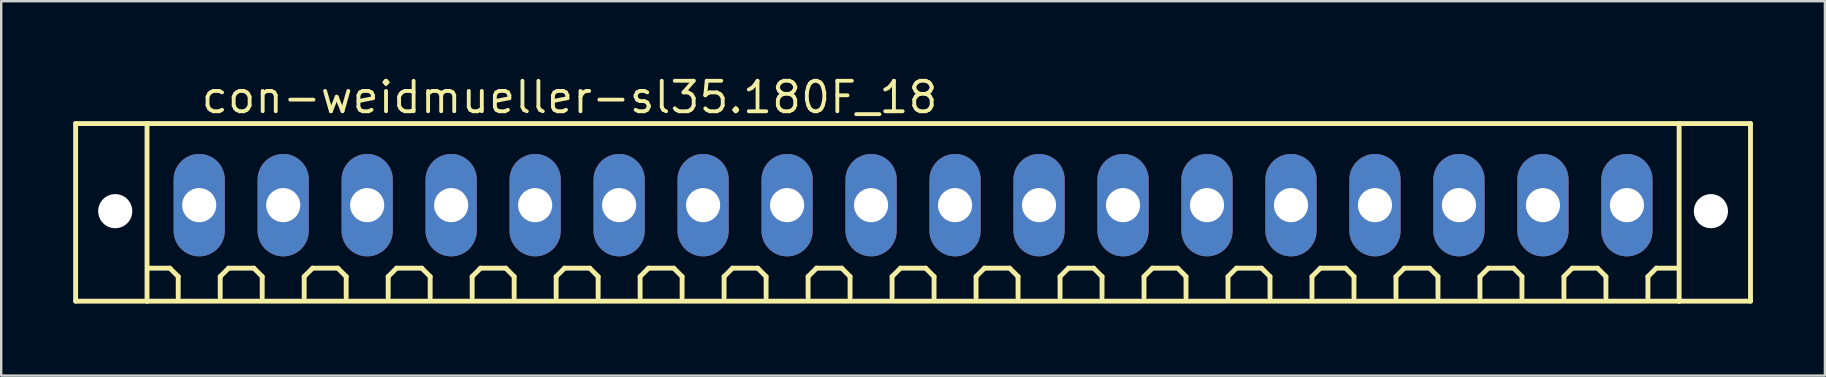
<source format=kicad_pcb>
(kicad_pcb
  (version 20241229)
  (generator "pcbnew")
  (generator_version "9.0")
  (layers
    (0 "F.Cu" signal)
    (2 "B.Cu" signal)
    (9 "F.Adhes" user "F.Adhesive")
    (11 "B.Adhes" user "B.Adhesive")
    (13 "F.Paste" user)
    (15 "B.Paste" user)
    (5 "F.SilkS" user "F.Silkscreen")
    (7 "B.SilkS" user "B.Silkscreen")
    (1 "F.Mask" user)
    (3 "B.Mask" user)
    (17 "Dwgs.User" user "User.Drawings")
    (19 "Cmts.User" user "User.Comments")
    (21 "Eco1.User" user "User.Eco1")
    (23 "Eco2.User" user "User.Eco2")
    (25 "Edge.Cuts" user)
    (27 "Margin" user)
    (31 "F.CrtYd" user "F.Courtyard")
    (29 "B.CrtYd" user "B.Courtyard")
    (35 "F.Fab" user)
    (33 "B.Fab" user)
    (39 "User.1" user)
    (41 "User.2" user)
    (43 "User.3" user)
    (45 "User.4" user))
  (footprint "con-weidmueller-sl35.180F_18"
    (layer "F.Cu")
    (at 35.002 5.5)
    (property "Reference" "con-weidmueller-sl35.180F_18" (at -29.75 -3.75 0) (layer "F.SilkS") (effects (font (size 1.27 1.27) (thickness 0.16)) (justify left bottom)))
    (attr through_hole)
    (fp_line (start -34.9 -3.4) (end -31.925 -3.4) (stroke (width 0.203) (type default)) (layer "F.SilkS"))
    (fp_line (start -34.9 4) (end -34.9 -3.4) (stroke (width 0.203) (type default)) (layer "F.SilkS"))
    (fp_line (start -31.925 -3.4) (end 31.925 -3.4) (stroke (width 0.203) (type default)) (layer "F.SilkS"))
    (fp_line (start -31.925 4) (end -34.9 4) (stroke (width 0.203) (type default)) (layer "F.SilkS"))
    (fp_line (start -31.925 4) (end -31.925 -3.4) (stroke (width 0.203) (type default)) (layer "F.SilkS"))
    (fp_line (start -30.975 2.625) (end -31.85 2.625) (stroke (width 0.203) (type default)) (layer "F.SilkS"))
    (fp_line (start -30.625 2.975) (end -30.975 2.625) (stroke (width 0.203) (type default)) (layer "F.SilkS"))
    (fp_line (start -30.625 3.85) (end -30.625 2.975) (stroke (width 0.203) (type default)) (layer "F.SilkS"))
    (fp_line (start -28.875 2.975) (end -28.525 2.625) (stroke (width 0.203) (type default)) (layer "F.SilkS"))
    (fp_line (start -28.875 3.85) (end -28.875 2.975) (stroke (width 0.203) (type default)) (layer "F.SilkS"))
    (fp_line (start -28.525 2.625) (end -27.475 2.625) (stroke (width 0.203) (type default)) (layer "F.SilkS"))
    (fp_line (start -27.475 2.625) (end -27.125 2.975) (stroke (width 0.203) (type default)) (layer "F.SilkS"))
    (fp_line (start -27.125 2.975) (end -27.125 3.85) (stroke (width 0.203) (type default)) (layer "F.SilkS"))
    (fp_line (start -25.375 2.975) (end -25.025 2.625) (stroke (width 0.203) (type default)) (layer "F.SilkS"))
    (fp_line (start -25.375 3.85) (end -25.375 2.975) (stroke (width 0.203) (type default)) (layer "F.SilkS"))
    (fp_line (start -25.025 2.625) (end -23.975 2.625) (stroke (width 0.203) (type default)) (layer "F.SilkS"))
    (fp_line (start -23.975 2.625) (end -23.625 2.975) (stroke (width 0.203) (type default)) (layer "F.SilkS"))
    (fp_line (start -23.625 2.975) (end -23.625 3.85) (stroke (width 0.203) (type default)) (layer "F.SilkS"))
    (fp_line (start -21.875 2.975) (end -21.525 2.625) (stroke (width 0.203) (type default)) (layer "F.SilkS"))
    (fp_line (start -21.875 3.85) (end -21.875 2.975) (stroke (width 0.203) (type default)) (layer "F.SilkS"))
    (fp_line (start -21.525 2.625) (end -20.475 2.625) (stroke (width 0.203) (type default)) (layer "F.SilkS"))
    (fp_line (start -20.475 2.625) (end -20.125 2.975) (stroke (width 0.203) (type default)) (layer "F.SilkS"))
    (fp_line (start -20.125 2.975) (end -20.125 3.85) (stroke (width 0.203) (type default)) (layer "F.SilkS"))
    (fp_line (start -18.375 2.975) (end -18.025 2.625) (stroke (width 0.203) (type default)) (layer "F.SilkS"))
    (fp_line (start -18.375 3.85) (end -18.375 2.975) (stroke (width 0.203) (type default)) (layer "F.SilkS"))
    (fp_line (start -18.025 2.625) (end -16.975 2.625) (stroke (width 0.203) (type default)) (layer "F.SilkS"))
    (fp_line (start -16.975 2.625) (end -16.625 2.975) (stroke (width 0.203) (type default)) (layer "F.SilkS"))
    (fp_line (start -16.625 2.975) (end -16.625 3.85) (stroke (width 0.203) (type default)) (layer "F.SilkS"))
    (fp_line (start -14.875 2.975) (end -14.525 2.625) (stroke (width 0.203) (type default)) (layer "F.SilkS"))
    (fp_line (start -14.875 3.85) (end -14.875 2.975) (stroke (width 0.203) (type default)) (layer "F.SilkS"))
    (fp_line (start -14.525 2.625) (end -13.475 2.625) (stroke (width 0.203) (type default)) (layer "F.SilkS"))
    (fp_line (start -13.475 2.625) (end -13.125 2.975) (stroke (width 0.203) (type default)) (layer "F.SilkS"))
    (fp_line (start -13.125 2.975) (end -13.125 3.85) (stroke (width 0.203) (type default)) (layer "F.SilkS"))
    (fp_line (start -11.375 2.975) (end -11.025 2.625) (stroke (width 0.203) (type default)) (layer "F.SilkS"))
    (fp_line (start -11.375 3.85) (end -11.375 2.975) (stroke (width 0.203) (type default)) (layer "F.SilkS"))
    (fp_line (start -11.025 2.625) (end -9.975 2.625) (stroke (width 0.203) (type default)) (layer "F.SilkS"))
    (fp_line (start -9.975 2.625) (end -9.625 2.975) (stroke (width 0.203) (type default)) (layer "F.SilkS"))
    (fp_line (start -9.625 2.975) (end -9.625 3.85) (stroke (width 0.203) (type default)) (layer "F.SilkS"))
    (fp_line (start -7.875 2.975) (end -7.525 2.625) (stroke (width 0.203) (type default)) (layer "F.SilkS"))
    (fp_line (start -7.875 3.85) (end -7.875 2.975) (stroke (width 0.203) (type default)) (layer "F.SilkS"))
    (fp_line (start -7.525 2.625) (end -6.475 2.625) (stroke (width 0.203) (type default)) (layer "F.SilkS"))
    (fp_line (start -6.475 2.625) (end -6.125 2.975) (stroke (width 0.203) (type default)) (layer "F.SilkS"))
    (fp_line (start -6.125 2.975) (end -6.125 3.85) (stroke (width 0.203) (type default)) (layer "F.SilkS"))
    (fp_line (start -4.375 2.975) (end -4.025 2.625) (stroke (width 0.203) (type default)) (layer "F.SilkS"))
    (fp_line (start -4.375 3.85) (end -4.375 2.975) (stroke (width 0.203) (type default)) (layer "F.SilkS"))
    (fp_line (start -4.025 2.625) (end -2.975 2.625) (stroke (width 0.203) (type default)) (layer "F.SilkS"))
    (fp_line (start -2.975 2.625) (end -2.625 2.975) (stroke (width 0.203) (type default)) (layer "F.SilkS"))
    (fp_line (start -2.625 2.975) (end -2.625 3.85) (stroke (width 0.203) (type default)) (layer "F.SilkS"))
    (fp_line (start -0.875 2.975) (end -0.525 2.625) (stroke (width 0.203) (type default)) (layer "F.SilkS"))
    (fp_line (start -0.875 3.85) (end -0.875 2.975) (stroke (width 0.203) (type default)) (layer "F.SilkS"))
    (fp_line (start -0.525 2.625) (end 0.525 2.625) (stroke (width 0.203) (type default)) (layer "F.SilkS"))
    (fp_line (start 0.525 2.625) (end 0.875 2.975) (stroke (width 0.203) (type default)) (layer "F.SilkS"))
    (fp_line (start 0.875 2.975) (end 0.875 3.85) (stroke (width 0.203) (type default)) (layer "F.SilkS"))
    (fp_line (start 2.625 2.975) (end 2.975 2.625) (stroke (width 0.203) (type default)) (layer "F.SilkS"))
    (fp_line (start 2.625 3.85) (end 2.625 2.975) (stroke (width 0.203) (type default)) (layer "F.SilkS"))
    (fp_line (start 2.975 2.625) (end 4.025 2.625) (stroke (width 0.203) (type default)) (layer "F.SilkS"))
    (fp_line (start 4.025 2.625) (end 4.375 2.975) (stroke (width 0.203) (type default)) (layer "F.SilkS"))
    (fp_line (start 4.375 2.975) (end 4.375 3.85) (stroke (width 0.203) (type default)) (layer "F.SilkS"))
    (fp_line (start 6.125 2.975) (end 6.475 2.625) (stroke (width 0.203) (type default)) (layer "F.SilkS"))
    (fp_line (start 6.125 3.85) (end 6.125 2.975) (stroke (width 0.203) (type default)) (layer "F.SilkS"))
    (fp_line (start 6.475 2.625) (end 7.525 2.625) (stroke (width 0.203) (type default)) (layer "F.SilkS"))
    (fp_line (start 7.525 2.625) (end 7.875 2.975) (stroke (width 0.203) (type default)) (layer "F.SilkS"))
    (fp_line (start 7.875 2.975) (end 7.875 3.85) (stroke (width 0.203) (type default)) (layer "F.SilkS"))
    (fp_line (start 9.625 2.975) (end 9.975 2.625) (stroke (width 0.203) (type default)) (layer "F.SilkS"))
    (fp_line (start 9.625 3.85) (end 9.625 2.975) (stroke (width 0.203) (type default)) (layer "F.SilkS"))
    (fp_line (start 9.975 2.625) (end 11.025 2.625) (stroke (width 0.203) (type default)) (layer "F.SilkS"))
    (fp_line (start 11.025 2.625) (end 11.375 2.975) (stroke (width 0.203) (type default)) (layer "F.SilkS"))
    (fp_line (start 11.375 2.975) (end 11.375 3.85) (stroke (width 0.203) (type default)) (layer "F.SilkS"))
    (fp_line (start 13.125 2.975) (end 13.475 2.625) (stroke (width 0.203) (type default)) (layer "F.SilkS"))
    (fp_line (start 13.125 3.85) (end 13.125 2.975) (stroke (width 0.203) (type default)) (layer "F.SilkS"))
    (fp_line (start 13.475 2.625) (end 14.525 2.625) (stroke (width 0.203) (type default)) (layer "F.SilkS"))
    (fp_line (start 14.525 2.625) (end 14.875 2.975) (stroke (width 0.203) (type default)) (layer "F.SilkS"))
    (fp_line (start 14.875 2.975) (end 14.875 3.85) (stroke (width 0.203) (type default)) (layer "F.SilkS"))
    (fp_line (start 16.625 2.975) (end 16.975 2.625) (stroke (width 0.203) (type default)) (layer "F.SilkS"))
    (fp_line (start 16.625 3.85) (end 16.625 2.975) (stroke (width 0.203) (type default)) (layer "F.SilkS"))
    (fp_line (start 16.975 2.625) (end 18.025 2.625) (stroke (width 0.203) (type default)) (layer "F.SilkS"))
    (fp_line (start 18.025 2.625) (end 18.375 2.975) (stroke (width 0.203) (type default)) (layer "F.SilkS"))
    (fp_line (start 18.375 2.975) (end 18.375 3.85) (stroke (width 0.203) (type default)) (layer "F.SilkS"))
    (fp_line (start 20.125 2.975) (end 20.475 2.625) (stroke (width 0.203) (type default)) (layer "F.SilkS"))
    (fp_line (start 20.125 3.85) (end 20.125 2.975) (stroke (width 0.203) (type default)) (layer "F.SilkS"))
    (fp_line (start 20.475 2.625) (end 21.525 2.625) (stroke (width 0.203) (type default)) (layer "F.SilkS"))
    (fp_line (start 21.525 2.625) (end 21.875 2.975) (stroke (width 0.203) (type default)) (layer "F.SilkS"))
    (fp_line (start 21.875 2.975) (end 21.875 3.85) (stroke (width 0.203) (type default)) (layer "F.SilkS"))
    (fp_line (start 23.625 2.975) (end 23.975 2.625) (stroke (width 0.203) (type default)) (layer "F.SilkS"))
    (fp_line (start 23.625 3.85) (end 23.625 2.975) (stroke (width 0.203) (type default)) (layer "F.SilkS"))
    (fp_line (start 23.975 2.625) (end 25.025 2.625) (stroke (width 0.203) (type default)) (layer "F.SilkS"))
    (fp_line (start 25.025 2.625) (end 25.375 2.975) (stroke (width 0.203) (type default)) (layer "F.SilkS"))
    (fp_line (start 25.375 2.975) (end 25.375 3.85) (stroke (width 0.203) (type default)) (layer "F.SilkS"))
    (fp_line (start 27.125 2.975) (end 27.475 2.625) (stroke (width 0.203) (type default)) (layer "F.SilkS"))
    (fp_line (start 27.125 3.85) (end 27.125 2.975) (stroke (width 0.203) (type default)) (layer "F.SilkS"))
    (fp_line (start 27.475 2.625) (end 28.525 2.625) (stroke (width 0.203) (type default)) (layer "F.SilkS"))
    (fp_line (start 28.525 2.625) (end 28.875 2.975) (stroke (width 0.203) (type default)) (layer "F.SilkS"))
    (fp_line (start 28.875 2.975) (end 28.875 3.85) (stroke (width 0.203) (type default)) (layer "F.SilkS"))
    (fp_line (start 30.625 2.975) (end 30.975 2.625) (stroke (width 0.203) (type default)) (layer "F.SilkS"))
    (fp_line (start 30.625 3.85) (end 30.625 2.975) (stroke (width 0.203) (type default)) (layer "F.SilkS"))
    (fp_line (start 30.975 2.625) (end 31.85 2.625) (stroke (width 0.203) (type default)) (layer "F.SilkS"))
    (fp_line (start 31.925 -3.4) (end 31.925 4) (stroke (width 0.203) (type default)) (layer "F.SilkS"))
    (fp_line (start 31.925 -3.4) (end 34.9 -3.4) (stroke (width 0.203) (type default)) (layer "F.SilkS"))
    (fp_line (start 31.925 4) (end -31.925 4) (stroke (width 0.203) (type default)) (layer "F.SilkS"))
    (fp_line (start 34.9 -3.4) (end 34.9 4) (stroke (width 0.203) (type default)) (layer "F.SilkS"))
    (fp_line (start 34.9 4) (end 31.925 4) (stroke (width 0.203) (type default)) (layer "F.SilkS"))
    (pad "" np_thru_hole circle (at -33.25 0.25) (size 1.422 1.422) (drill 1.422) (layers "*.Cu" "*.Mask"))
    (pad "" np_thru_hole circle (at 33.25 0.25) (size 1.422 1.422) (drill 1.422) (layers "*.Cu" "*.Mask"))
    (pad "1" thru_hole oval (at -29.75 0 90) (size 4.267 2.134) (drill 1.422) (layers "*.Cu" "*.Mask"))
    (pad "2" thru_hole oval (at -26.25 0 90) (size 4.267 2.134) (drill 1.422) (layers "*.Cu" "*.Mask"))
    (pad "3" thru_hole oval (at -22.75 0 90) (size 4.267 2.134) (drill 1.422) (layers "*.Cu" "*.Mask"))
    (pad "4" thru_hole oval (at -19.25 0 90) (size 4.267 2.134) (drill 1.422) (layers "*.Cu" "*.Mask"))
    (pad "5" thru_hole oval (at -15.75 0 90) (size 4.267 2.134) (drill 1.422) (layers "*.Cu" "*.Mask"))
    (pad "6" thru_hole oval (at -12.25 0 90) (size 4.267 2.134) (drill 1.422) (layers "*.Cu" "*.Mask"))
    (pad "7" thru_hole oval (at -8.75 0 90) (size 4.267 2.134) (drill 1.422) (layers "*.Cu" "*.Mask"))
    (pad "8" thru_hole oval (at -5.25 0 90) (size 4.267 2.134) (drill 1.422) (layers "*.Cu" "*.Mask"))
    (pad "9" thru_hole oval (at -1.75 0 90) (size 4.267 2.134) (drill 1.422) (layers "*.Cu" "*.Mask"))
    (pad "10" thru_hole oval (at 1.75 0 90) (size 4.267 2.134) (drill 1.422) (layers "*.Cu" "*.Mask"))
    (pad "11" thru_hole oval (at 5.25 0 90) (size 4.267 2.134) (drill 1.422) (layers "*.Cu" "*.Mask"))
    (pad "12" thru_hole oval (at 8.75 0 90) (size 4.267 2.134) (drill 1.422) (layers "*.Cu" "*.Mask"))
    (pad "13" thru_hole oval (at 12.25 0 90) (size 4.267 2.134) (drill 1.422) (layers "*.Cu" "*.Mask"))
    (pad "14" thru_hole oval (at 15.75 0 90) (size 4.267 2.134) (drill 1.422) (layers "*.Cu" "*.Mask"))
    (pad "15" thru_hole oval (at 19.25 0 90) (size 4.267 2.134) (drill 1.422) (layers "*.Cu" "*.Mask"))
    (pad "16" thru_hole oval (at 22.75 0 90) (size 4.267 2.134) (drill 1.422) (layers "*.Cu" "*.Mask"))
    (pad "17" thru_hole oval (at 26.25 0 90) (size 4.267 2.134) (drill 1.422) (layers "*.Cu" "*.Mask"))
    (pad "18" thru_hole oval (at 29.75 0 90) (size 4.267 2.134) (drill 1.422) (layers "*.Cu" "*.Mask")))
  (gr_rect
    (start -3 -3)
    (end 73.003 12.602)
    (stroke (width 0.1) (type default))
    (fill no)
    (layer "Edge.Cuts")))
</source>
